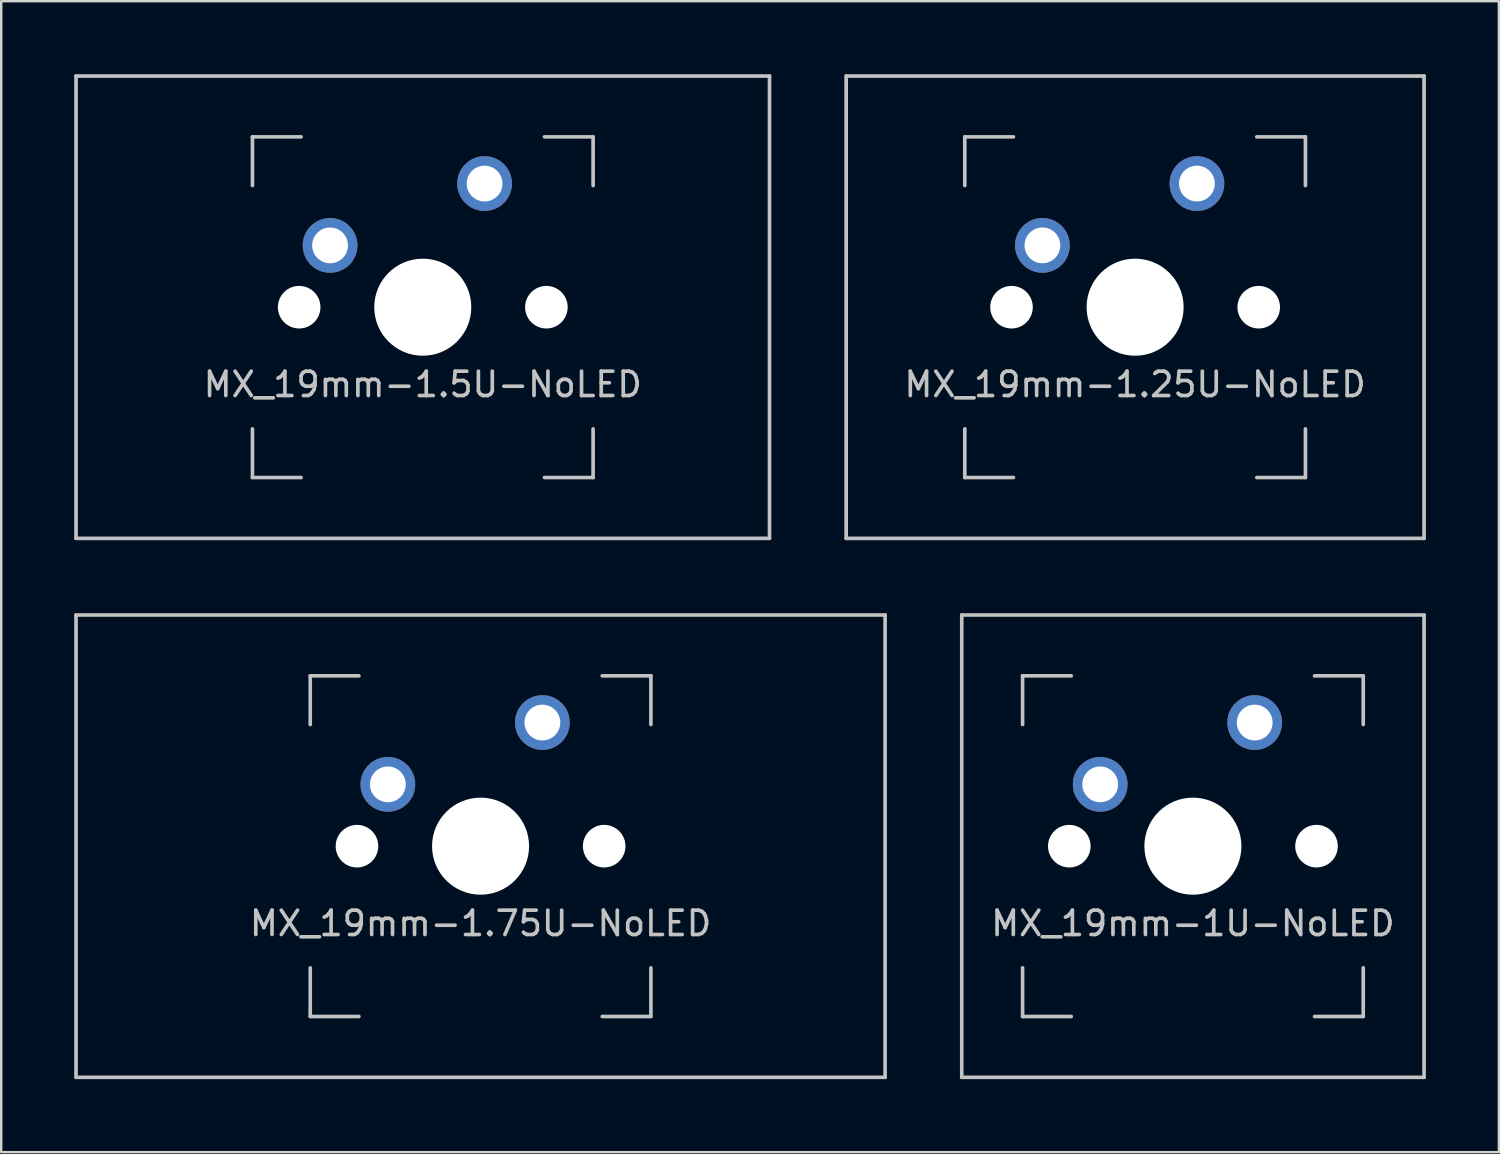
<source format=kicad_pcb>
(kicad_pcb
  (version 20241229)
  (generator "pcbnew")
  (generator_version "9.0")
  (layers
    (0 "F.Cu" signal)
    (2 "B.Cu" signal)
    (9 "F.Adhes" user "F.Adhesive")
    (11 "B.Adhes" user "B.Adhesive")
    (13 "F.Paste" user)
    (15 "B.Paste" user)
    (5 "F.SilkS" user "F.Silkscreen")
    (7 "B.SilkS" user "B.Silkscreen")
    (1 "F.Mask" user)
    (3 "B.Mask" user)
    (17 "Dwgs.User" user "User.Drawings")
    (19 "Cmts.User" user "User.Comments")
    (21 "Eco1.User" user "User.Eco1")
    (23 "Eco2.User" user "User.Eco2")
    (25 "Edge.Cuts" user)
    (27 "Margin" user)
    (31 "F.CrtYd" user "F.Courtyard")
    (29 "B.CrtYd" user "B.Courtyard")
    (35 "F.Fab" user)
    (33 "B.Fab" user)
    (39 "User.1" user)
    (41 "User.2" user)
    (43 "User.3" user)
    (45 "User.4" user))
  (footprint "MX_19mm-1.5U-NoLED"
    (layer "F.Cu")
    (at 14.325 9.575)
    (property "Reference" "MX_19mm-1.5U-NoLED" (at 0 3.175 0) (layer "Dwgs.User") (effects (font (size 1 1) (thickness 0.15))))
    (attr through_hole)
    (fp_line (start -14.25 -9.5) (end 14.25 -9.5) (stroke (width 0.15) (type solid)) (layer "Dwgs.User"))
    (fp_line (start -14.25 9.5) (end -14.25 -9.5) (stroke (width 0.15) (type solid)) (layer "Dwgs.User"))
    (fp_line (start -14.25 9.5) (end 14.25 9.5) (stroke (width 0.15) (type solid)) (layer "Dwgs.User"))
    (fp_line (start -7 -7) (end -7 -5) (stroke (width 0.15) (type solid)) (layer "Dwgs.User"))
    (fp_line (start -7 5) (end -7 7) (stroke (width 0.15) (type solid)) (layer "Dwgs.User"))
    (fp_line (start -7 7) (end -5 7) (stroke (width 0.15) (type solid)) (layer "Dwgs.User"))
    (fp_line (start -5 -7) (end -7 -7) (stroke (width 0.15) (type solid)) (layer "Dwgs.User"))
    (fp_line (start 5 -7) (end 7 -7) (stroke (width 0.15) (type solid)) (layer "Dwgs.User"))
    (fp_line (start 5 7) (end 7 7) (stroke (width 0.15) (type solid)) (layer "Dwgs.User"))
    (fp_line (start 7 -7) (end 7 -5) (stroke (width 0.15) (type solid)) (layer "Dwgs.User"))
    (fp_line (start 7 7) (end 7 5) (stroke (width 0.15) (type solid)) (layer "Dwgs.User"))
    (fp_line (start 14.25 -9.5) (end 14.25 9.5) (stroke (width 0.15) (type solid)) (layer "Dwgs.User"))
    (pad "" np_thru_hole circle (at -5.08 0 48.1) (size 1.75 1.75) (drill 1.75) (layers "*.Cu" "*.Mask"))
    (pad "" np_thru_hole circle (at 0 0) (size 3.988 3.988) (drill 3.988) (layers "*.Cu" "*.Mask"))
    (pad "" np_thru_hole circle (at 5.08 0 48.1) (size 1.75 1.75) (drill 1.75) (layers "*.Cu" "*.Mask"))
    (pad "1" thru_hole circle (at 2.54 -5.08) (size 2.25 2.25) (drill 1.47) (layers "*.Cu" "*.Mask"))
    (pad "2" thru_hole circle (at -3.81 -2.54) (size 2.25 2.25) (drill 1.47) (layers "*.Cu" "*.Mask")))
  (footprint "MX_19mm-1U-NoLED"
    (layer "F.Cu")
    (at 45.975 31.725)
    (property "Reference" "MX_19mm-1U-NoLED" (at 0 3.175 0) (layer "Dwgs.User") (effects (font (size 1 1) (thickness 0.15))))
    (attr through_hole)
    (fp_line (start -9.5 -9.5) (end 9.5 -9.5) (stroke (width 0.15) (type solid)) (layer "Dwgs.User"))
    (fp_line (start -9.5 9.5) (end -9.5 -9.5) (stroke (width 0.15) (type solid)) (layer "Dwgs.User"))
    (fp_line (start -7 -7) (end -7 -5) (stroke (width 0.15) (type solid)) (layer "Dwgs.User"))
    (fp_line (start -7 5) (end -7 7) (stroke (width 0.15) (type solid)) (layer "Dwgs.User"))
    (fp_line (start -7 7) (end -5 7) (stroke (width 0.15) (type solid)) (layer "Dwgs.User"))
    (fp_line (start -5 -7) (end -7 -7) (stroke (width 0.15) (type solid)) (layer "Dwgs.User"))
    (fp_line (start 5 -7) (end 7 -7) (stroke (width 0.15) (type solid)) (layer "Dwgs.User"))
    (fp_line (start 5 7) (end 7 7) (stroke (width 0.15) (type solid)) (layer "Dwgs.User"))
    (fp_line (start 7 -7) (end 7 -5) (stroke (width 0.15) (type solid)) (layer "Dwgs.User"))
    (fp_line (start 7 7) (end 7 5) (stroke (width 0.15) (type solid)) (layer "Dwgs.User"))
    (fp_line (start 9.5 -9.5) (end 9.5 9.5) (stroke (width 0.15) (type solid)) (layer "Dwgs.User"))
    (fp_line (start 9.5 9.5) (end -9.5 9.5) (stroke (width 0.15) (type solid)) (layer "Dwgs.User"))
    (pad "" np_thru_hole circle (at -5.08 0 48.1) (size 1.75 1.75) (drill 1.75) (layers "*.Cu" "*.Mask"))
    (pad "" np_thru_hole circle (at 0 0) (size 3.988 3.988) (drill 3.988) (layers "*.Cu" "*.Mask"))
    (pad "" np_thru_hole circle (at 5.08 0 48.1) (size 1.75 1.75) (drill 1.75) (layers "*.Cu" "*.Mask"))
    (pad "1" thru_hole circle (at 2.54 -5.08) (size 2.25 2.25) (drill 1.47) (layers "*.Cu" "*.Mask"))
    (pad "2" thru_hole circle (at -3.81 -2.54) (size 2.25 2.25) (drill 1.47) (layers "*.Cu" "*.Mask")))
  (footprint "MX_19mm-1.75U-NoLED"
    (layer "F.Cu")
    (at 16.7 31.725)
    (property "Reference" "MX_19mm-1.75U-NoLED" (at 0 3.175 0) (layer "Dwgs.User") (effects (font (size 1 1) (thickness 0.15))))
    (attr through_hole)
    (fp_line (start -16.625 -9.5) (end 16.625 -9.5) (stroke (width 0.15) (type solid)) (layer "Dwgs.User"))
    (fp_line (start -16.625 9.5) (end -16.625 -9.5) (stroke (width 0.15) (type solid)) (layer "Dwgs.User"))
    (fp_line (start -16.625 9.5) (end 16.625 9.5) (stroke (width 0.15) (type solid)) (layer "Dwgs.User"))
    (fp_line (start -7 -7) (end -7 -5) (stroke (width 0.15) (type solid)) (layer "Dwgs.User"))
    (fp_line (start -7 5) (end -7 7) (stroke (width 0.15) (type solid)) (layer "Dwgs.User"))
    (fp_line (start -7 7) (end -5 7) (stroke (width 0.15) (type solid)) (layer "Dwgs.User"))
    (fp_line (start -5 -7) (end -7 -7) (stroke (width 0.15) (type solid)) (layer "Dwgs.User"))
    (fp_line (start 5 -7) (end 7 -7) (stroke (width 0.15) (type solid)) (layer "Dwgs.User"))
    (fp_line (start 5 7) (end 7 7) (stroke (width 0.15) (type solid)) (layer "Dwgs.User"))
    (fp_line (start 7 -7) (end 7 -5) (stroke (width 0.15) (type solid)) (layer "Dwgs.User"))
    (fp_line (start 7 7) (end 7 5) (stroke (width 0.15) (type solid)) (layer "Dwgs.User"))
    (fp_line (start 16.625 -9.5) (end 16.625 9.5) (stroke (width 0.15) (type solid)) (layer "Dwgs.User"))
    (pad "" np_thru_hole circle (at -5.08 0 48.1) (size 1.75 1.75) (drill 1.75) (layers "*.Cu" "*.Mask"))
    (pad "" np_thru_hole circle (at 0 0) (size 3.988 3.988) (drill 3.988) (layers "*.Cu" "*.Mask"))
    (pad "" np_thru_hole circle (at 5.08 0 48.1) (size 1.75 1.75) (drill 1.75) (layers "*.Cu" "*.Mask"))
    (pad "1" thru_hole circle (at 2.54 -5.08) (size 2.25 2.25) (drill 1.47) (layers "*.Cu" "*.Mask"))
    (pad "2" thru_hole circle (at -3.81 -2.54) (size 2.25 2.25) (drill 1.47) (layers "*.Cu" "*.Mask")))
  (footprint "MX_19mm-1.25U-NoLED"
    (layer "F.Cu")
    (at 43.6 9.575)
    (property "Reference" "MX_19mm-1.25U-NoLED" (at 0 3.175 0) (layer "Dwgs.User") (effects (font (size 1 1) (thickness 0.15))))
    (attr through_hole)
    (fp_line (start -11.875 -9.5) (end 11.875 -9.5) (stroke (width 0.15) (type solid)) (layer "Dwgs.User"))
    (fp_line (start -11.875 9.5) (end -11.875 -9.5) (stroke (width 0.15) (type solid)) (layer "Dwgs.User"))
    (fp_line (start -11.875 9.5) (end 11.875 9.5) (stroke (width 0.15) (type solid)) (layer "Dwgs.User"))
    (fp_line (start -7 -7) (end -7 -5) (stroke (width 0.15) (type solid)) (layer "Dwgs.User"))
    (fp_line (start -7 5) (end -7 7) (stroke (width 0.15) (type solid)) (layer "Dwgs.User"))
    (fp_line (start -7 7) (end -5 7) (stroke (width 0.15) (type solid)) (layer "Dwgs.User"))
    (fp_line (start -5 -7) (end -7 -7) (stroke (width 0.15) (type solid)) (layer "Dwgs.User"))
    (fp_line (start 5 -7) (end 7 -7) (stroke (width 0.15) (type solid)) (layer "Dwgs.User"))
    (fp_line (start 5 7) (end 7 7) (stroke (width 0.15) (type solid)) (layer "Dwgs.User"))
    (fp_line (start 7 -7) (end 7 -5) (stroke (width 0.15) (type solid)) (layer "Dwgs.User"))
    (fp_line (start 7 7) (end 7 5) (stroke (width 0.15) (type solid)) (layer "Dwgs.User"))
    (fp_line (start 11.875 -9.5) (end 11.875 9.5) (stroke (width 0.15) (type solid)) (layer "Dwgs.User"))
    (pad "" np_thru_hole circle (at -5.08 0 48.1) (size 1.75 1.75) (drill 1.75) (layers "*.Cu" "*.Mask"))
    (pad "" np_thru_hole circle (at 0 0) (size 3.988 3.988) (drill 3.988) (layers "*.Cu" "*.Mask"))
    (pad "" np_thru_hole circle (at 5.08 0 48.1) (size 1.75 1.75) (drill 1.75) (layers "*.Cu" "*.Mask"))
    (pad "1" thru_hole circle (at 2.54 -5.08) (size 2.25 2.25) (drill 1.47) (layers "*.Cu" "*.Mask"))
    (pad "2" thru_hole circle (at -3.81 -2.54) (size 2.25 2.25) (drill 1.47) (layers "*.Cu" "*.Mask")))
  (gr_rect
    (start -3 -3)
    (end 58.55 44.3)
    (stroke (width 0.1) (type default))
    (fill no)
    (layer "Edge.Cuts")))
</source>
